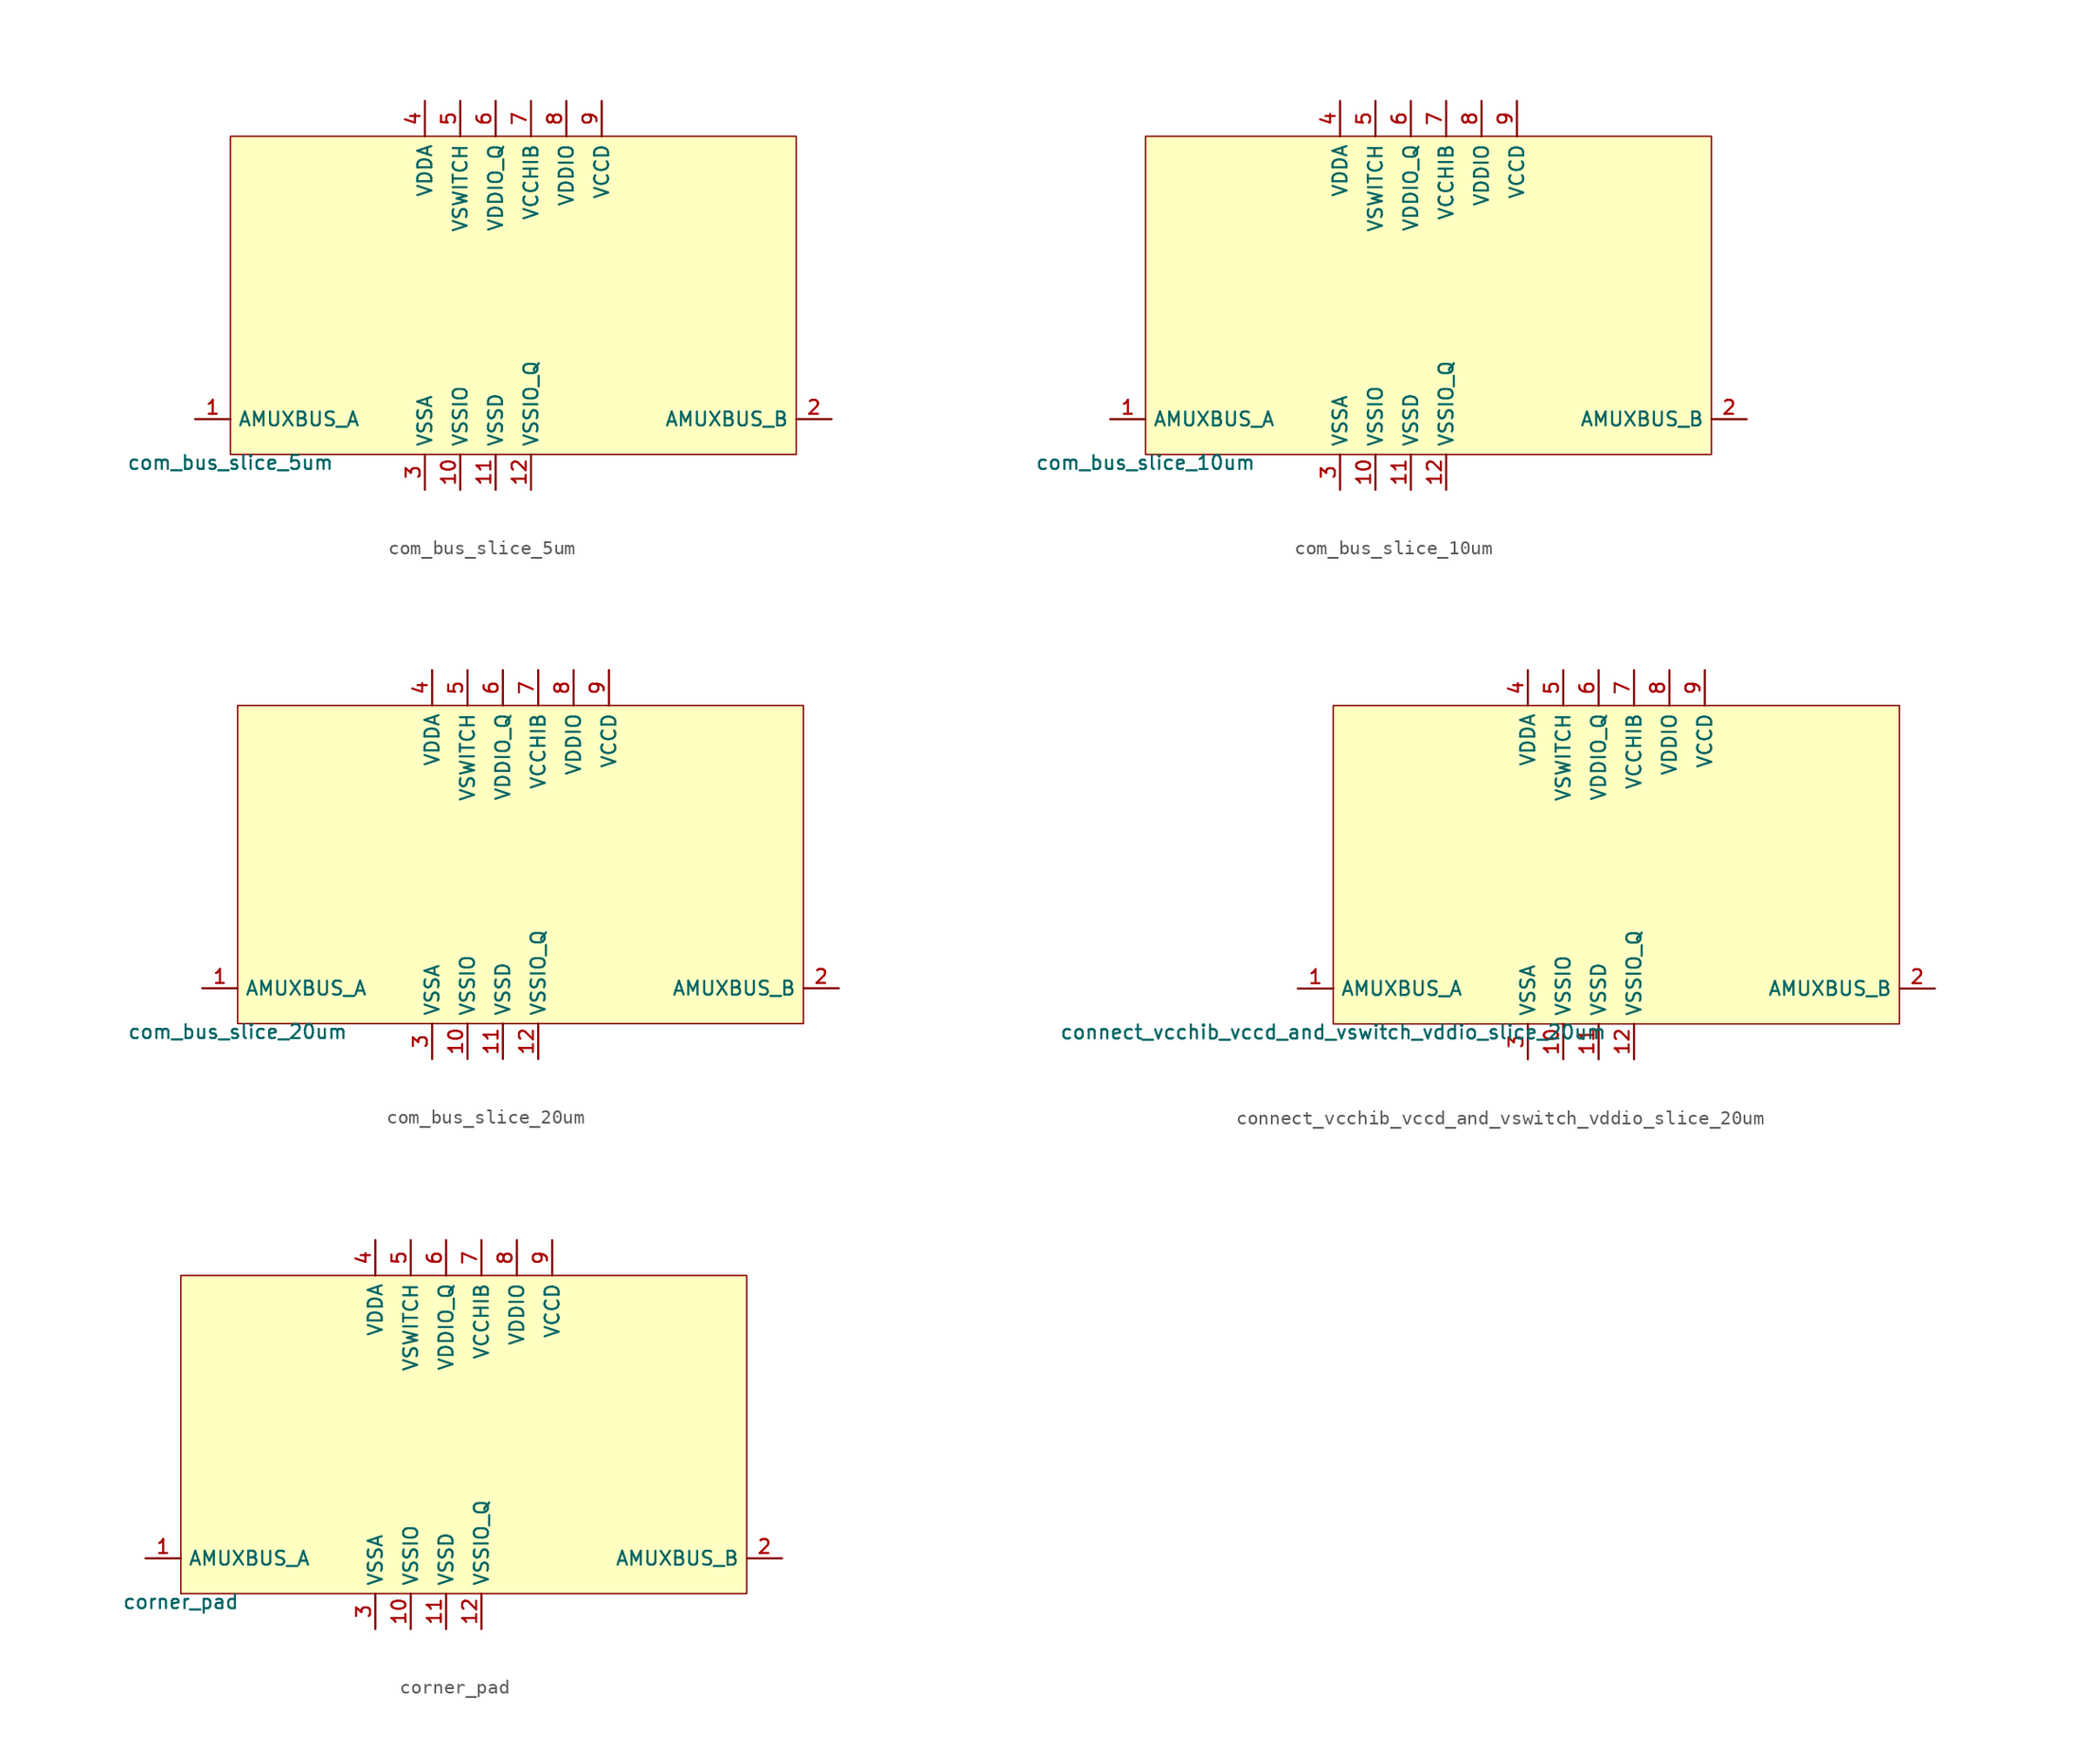
<source format=kicad_sym>
(kicad_symbol_lib
  (version 20211014)
  (generator pdk2kicad)
  (symbol "com_bus_slice_5um"
    (property "Reference" "X"
      (at 0 0 0)
      (effects (font (size 1 1)) hide))
    (property "Value" "com_bus_slice_5um"
      (at -20.32 -11.43 0)
      (effects (font (size 1 1)) (justify top)))
    (rectangle
      (start -20.32 -11.43)
      (end 20.32 11.43)
      (stroke (width 0.1) (type solid) (color 0 0 0 0))
      (fill (type background)))
    (pin bidirectional line
      (at -22.86 -8.89 0)
      (length 2.54)
      (name "AMUXBUS_A" (effects (font (size 1 1)) hide))
      (number "1" (effects (font (size 1 1)) hide)))
    (pin bidirectional line
      (at 22.86 -8.89 180)
      (length 2.54)
      (name "AMUXBUS_B" (effects (font (size 1 1)) hide))
      (number "2" (effects (font (size 1 1)) hide)))
    (pin power_in line
      (at -6.35 -13.97 90)
      (length 2.54)
      (name "VSSA" (effects (font (size 1 1)) hide))
      (number "3" (effects (font (size 1 1)) hide)))
    (pin power_in line
      (at -6.35 13.97 270)
      (length 2.54)
      (name "VDDA" (effects (font (size 1 1)) hide))
      (number "4" (effects (font (size 1 1)) hide)))
    (pin power_in line
      (at -3.81 13.97 270)
      (length 2.54)
      (name "VSWITCH" (effects (font (size 1 1)) hide))
      (number "5" (effects (font (size 1 1)) hide)))
    (pin power_in line
      (at -1.27 13.97 270)
      (length 2.54)
      (name "VDDIO_Q" (effects (font (size 1 1)) hide))
      (number "6" (effects (font (size 1 1)) hide)))
    (pin power_in line
      (at 1.27 13.97 270)
      (length 2.54)
      (name "VCCHIB" (effects (font (size 1 1)) hide))
      (number "7" (effects (font (size 1 1)) hide)))
    (pin power_in line
      (at 3.81 13.97 270)
      (length 2.54)
      (name "VDDIO" (effects (font (size 1 1)) hide))
      (number "8" (effects (font (size 1 1)) hide)))
    (pin power_in line
      (at 6.35 13.97 270)
      (length 2.54)
      (name "VCCD" (effects (font (size 1 1)) hide))
      (number "9" (effects (font (size 1 1)) hide)))
    (pin power_in line
      (at -3.81 -13.97 90)
      (length 2.54)
      (name "VSSIO" (effects (font (size 1 1)) hide))
      (number "10" (effects (font (size 1 1)) hide)))
    (pin power_in line
      (at -1.27 -13.97 90)
      (length 2.54)
      (name "VSSD" (effects (font (size 1 1)) hide))
      (number "11" (effects (font (size 1 1)) hide)))
    (pin power_in line
      (at 1.27 -13.97 90)
      (length 2.54)
      (name "VSSIO_Q" (effects (font (size 1 1)) hide))
      (number "12" (effects (font (size 1 1)) hide))))
  (symbol "com_bus_slice_10um"
    (property "Reference" "X"
      (at 0 0 0)
      (effects (font (size 1 1)) hide))
    (property "Value" "com_bus_slice_10um"
      (at -20.32 -11.43 0)
      (effects (font (size 1 1)) (justify top)))
    (rectangle
      (start -20.32 -11.43)
      (end 20.32 11.43)
      (stroke (width 0.1) (type solid) (color 0 0 0 0))
      (fill (type background)))
    (pin bidirectional line
      (at -22.86 -8.89 0)
      (length 2.54)
      (name "AMUXBUS_A" (effects (font (size 1 1)) hide))
      (number "1" (effects (font (size 1 1)) hide)))
    (pin bidirectional line
      (at 22.86 -8.89 180)
      (length 2.54)
      (name "AMUXBUS_B" (effects (font (size 1 1)) hide))
      (number "2" (effects (font (size 1 1)) hide)))
    (pin power_in line
      (at -6.35 -13.97 90)
      (length 2.54)
      (name "VSSA" (effects (font (size 1 1)) hide))
      (number "3" (effects (font (size 1 1)) hide)))
    (pin power_in line
      (at -6.35 13.97 270)
      (length 2.54)
      (name "VDDA" (effects (font (size 1 1)) hide))
      (number "4" (effects (font (size 1 1)) hide)))
    (pin power_in line
      (at -3.81 13.97 270)
      (length 2.54)
      (name "VSWITCH" (effects (font (size 1 1)) hide))
      (number "5" (effects (font (size 1 1)) hide)))
    (pin power_in line
      (at -1.27 13.97 270)
      (length 2.54)
      (name "VDDIO_Q" (effects (font (size 1 1)) hide))
      (number "6" (effects (font (size 1 1)) hide)))
    (pin power_in line
      (at 1.27 13.97 270)
      (length 2.54)
      (name "VCCHIB" (effects (font (size 1 1)) hide))
      (number "7" (effects (font (size 1 1)) hide)))
    (pin power_in line
      (at 3.81 13.97 270)
      (length 2.54)
      (name "VDDIO" (effects (font (size 1 1)) hide))
      (number "8" (effects (font (size 1 1)) hide)))
    (pin power_in line
      (at 6.35 13.97 270)
      (length 2.54)
      (name "VCCD" (effects (font (size 1 1)) hide))
      (number "9" (effects (font (size 1 1)) hide)))
    (pin power_in line
      (at -3.81 -13.97 90)
      (length 2.54)
      (name "VSSIO" (effects (font (size 1 1)) hide))
      (number "10" (effects (font (size 1 1)) hide)))
    (pin power_in line
      (at -1.27 -13.97 90)
      (length 2.54)
      (name "VSSD" (effects (font (size 1 1)) hide))
      (number "11" (effects (font (size 1 1)) hide)))
    (pin power_in line
      (at 1.27 -13.97 90)
      (length 2.54)
      (name "VSSIO_Q" (effects (font (size 1 1)) hide))
      (number "12" (effects (font (size 1 1)) hide))))
  (symbol "com_bus_slice_20um"
    (property "Reference" "X"
      (at 0 0 0)
      (effects (font (size 1 1)) hide))
    (property "Value" "com_bus_slice_20um"
      (at -20.32 -11.43 0)
      (effects (font (size 1 1)) (justify top)))
    (rectangle
      (start -20.32 -11.43)
      (end 20.32 11.43)
      (stroke (width 0.1) (type solid) (color 0 0 0 0))
      (fill (type background)))
    (pin bidirectional line
      (at -22.86 -8.89 0)
      (length 2.54)
      (name "AMUXBUS_A" (effects (font (size 1 1)) hide))
      (number "1" (effects (font (size 1 1)) hide)))
    (pin bidirectional line
      (at 22.86 -8.89 180)
      (length 2.54)
      (name "AMUXBUS_B" (effects (font (size 1 1)) hide))
      (number "2" (effects (font (size 1 1)) hide)))
    (pin power_in line
      (at -6.35 -13.97 90)
      (length 2.54)
      (name "VSSA" (effects (font (size 1 1)) hide))
      (number "3" (effects (font (size 1 1)) hide)))
    (pin power_in line
      (at -6.35 13.97 270)
      (length 2.54)
      (name "VDDA" (effects (font (size 1 1)) hide))
      (number "4" (effects (font (size 1 1)) hide)))
    (pin power_in line
      (at -3.81 13.97 270)
      (length 2.54)
      (name "VSWITCH" (effects (font (size 1 1)) hide))
      (number "5" (effects (font (size 1 1)) hide)))
    (pin power_in line
      (at -1.27 13.97 270)
      (length 2.54)
      (name "VDDIO_Q" (effects (font (size 1 1)) hide))
      (number "6" (effects (font (size 1 1)) hide)))
    (pin power_in line
      (at 1.27 13.97 270)
      (length 2.54)
      (name "VCCHIB" (effects (font (size 1 1)) hide))
      (number "7" (effects (font (size 1 1)) hide)))
    (pin power_in line
      (at 3.81 13.97 270)
      (length 2.54)
      (name "VDDIO" (effects (font (size 1 1)) hide))
      (number "8" (effects (font (size 1 1)) hide)))
    (pin power_in line
      (at 6.35 13.97 270)
      (length 2.54)
      (name "VCCD" (effects (font (size 1 1)) hide))
      (number "9" (effects (font (size 1 1)) hide)))
    (pin power_in line
      (at -3.81 -13.97 90)
      (length 2.54)
      (name "VSSIO" (effects (font (size 1 1)) hide))
      (number "10" (effects (font (size 1 1)) hide)))
    (pin power_in line
      (at -1.27 -13.97 90)
      (length 2.54)
      (name "VSSD" (effects (font (size 1 1)) hide))
      (number "11" (effects (font (size 1 1)) hide)))
    (pin power_in line
      (at 1.27 -13.97 90)
      (length 2.54)
      (name "VSSIO_Q" (effects (font (size 1 1)) hide))
      (number "12" (effects (font (size 1 1)) hide))))
  (symbol "connect_vcchib_vccd_and_vswitch_vddio_slice_20um"
    (property "Reference" "X"
      (at 0 0 0)
      (effects (font (size 1 1)) hide))
    (property "Value" "connect_vcchib_vccd_and_vswitch_vddio_slice_20um"
      (at -20.32 -11.43 0)
      (effects (font (size 1 1)) (justify top)))
    (rectangle
      (start -20.32 -11.43)
      (end 20.32 11.43)
      (stroke (width 0.1) (type solid) (color 0 0 0 0))
      (fill (type background)))
    (pin bidirectional line
      (at -22.86 -8.89 0)
      (length 2.54)
      (name "AMUXBUS_A" (effects (font (size 1 1)) hide))
      (number "1" (effects (font (size 1 1)) hide)))
    (pin bidirectional line
      (at 22.86 -8.89 180)
      (length 2.54)
      (name "AMUXBUS_B" (effects (font (size 1 1)) hide))
      (number "2" (effects (font (size 1 1)) hide)))
    (pin power_in line
      (at -6.35 -13.97 90)
      (length 2.54)
      (name "VSSA" (effects (font (size 1 1)) hide))
      (number "3" (effects (font (size 1 1)) hide)))
    (pin power_in line
      (at -6.35 13.97 270)
      (length 2.54)
      (name "VDDA" (effects (font (size 1 1)) hide))
      (number "4" (effects (font (size 1 1)) hide)))
    (pin power_in line
      (at -3.81 13.97 270)
      (length 2.54)
      (name "VSWITCH" (effects (font (size 1 1)) hide))
      (number "5" (effects (font (size 1 1)) hide)))
    (pin power_in line
      (at -1.27 13.97 270)
      (length 2.54)
      (name "VDDIO_Q" (effects (font (size 1 1)) hide))
      (number "6" (effects (font (size 1 1)) hide)))
    (pin power_in line
      (at 1.27 13.97 270)
      (length 2.54)
      (name "VCCHIB" (effects (font (size 1 1)) hide))
      (number "7" (effects (font (size 1 1)) hide)))
    (pin power_in line
      (at 3.81 13.97 270)
      (length 2.54)
      (name "VDDIO" (effects (font (size 1 1)) hide))
      (number "8" (effects (font (size 1 1)) hide)))
    (pin power_in line
      (at 6.35 13.97 270)
      (length 2.54)
      (name "VCCD" (effects (font (size 1 1)) hide))
      (number "9" (effects (font (size 1 1)) hide)))
    (pin power_in line
      (at -3.81 -13.97 90)
      (length 2.54)
      (name "VSSIO" (effects (font (size 1 1)) hide))
      (number "10" (effects (font (size 1 1)) hide)))
    (pin power_in line
      (at -1.27 -13.97 90)
      (length 2.54)
      (name "VSSD" (effects (font (size 1 1)) hide))
      (number "11" (effects (font (size 1 1)) hide)))
    (pin power_in line
      (at 1.27 -13.97 90)
      (length 2.54)
      (name "VSSIO_Q" (effects (font (size 1 1)) hide))
      (number "12" (effects (font (size 1 1)) hide))))
  (symbol "corner_pad"
    (property "Reference" "X"
      (at 0 0 0)
      (effects (font (size 1 1)) hide))
    (property "Value" "corner_pad"
      (at -20.32 -11.43 0)
      (effects (font (size 1 1)) (justify top)))
    (rectangle
      (start -20.32 -11.43)
      (end 20.32 11.43)
      (stroke (width 0.1) (type solid) (color 0 0 0 0))
      (fill (type background)))
    (pin bidirectional line
      (at -22.86 -8.89 0)
      (length 2.54)
      (name "AMUXBUS_A" (effects (font (size 1 1)) hide))
      (number "1" (effects (font (size 1 1)) hide)))
    (pin bidirectional line
      (at 22.86 -8.89 180)
      (length 2.54)
      (name "AMUXBUS_B" (effects (font (size 1 1)) hide))
      (number "2" (effects (font (size 1 1)) hide)))
    (pin power_in line
      (at -6.35 -13.97 90)
      (length 2.54)
      (name "VSSA" (effects (font (size 1 1)) hide))
      (number "3" (effects (font (size 1 1)) hide)))
    (pin power_in line
      (at -6.35 13.97 270)
      (length 2.54)
      (name "VDDA" (effects (font (size 1 1)) hide))
      (number "4" (effects (font (size 1 1)) hide)))
    (pin power_in line
      (at -3.81 13.97 270)
      (length 2.54)
      (name "VSWITCH" (effects (font (size 1 1)) hide))
      (number "5" (effects (font (size 1 1)) hide)))
    (pin power_in line
      (at -1.27 13.97 270)
      (length 2.54)
      (name "VDDIO_Q" (effects (font (size 1 1)) hide))
      (number "6" (effects (font (size 1 1)) hide)))
    (pin power_in line
      (at 1.27 13.97 270)
      (length 2.54)
      (name "VCCHIB" (effects (font (size 1 1)) hide))
      (number "7" (effects (font (size 1 1)) hide)))
    (pin power_in line
      (at 3.81 13.97 270)
      (length 2.54)
      (name "VDDIO" (effects (font (size 1 1)) hide))
      (number "8" (effects (font (size 1 1)) hide)))
    (pin power_in line
      (at 6.35 13.97 270)
      (length 2.54)
      (name "VCCD" (effects (font (size 1 1)) hide))
      (number "9" (effects (font (size 1 1)) hide)))
    (pin power_in line
      (at -3.81 -13.97 90)
      (length 2.54)
      (name "VSSIO" (effects (font (size 1 1)) hide))
      (number "10" (effects (font (size 1 1)) hide)))
    (pin power_in line
      (at -1.27 -13.97 90)
      (length 2.54)
      (name "VSSD" (effects (font (size 1 1)) hide))
      (number "11" (effects (font (size 1 1)) hide)))
    (pin power_in line
      (at 1.27 -13.97 90)
      (length 2.54)
      (name "VSSIO_Q" (effects (font (size 1 1)) hide))
      (number "12" (effects (font (size 1 1)) hide)))))
</source>
